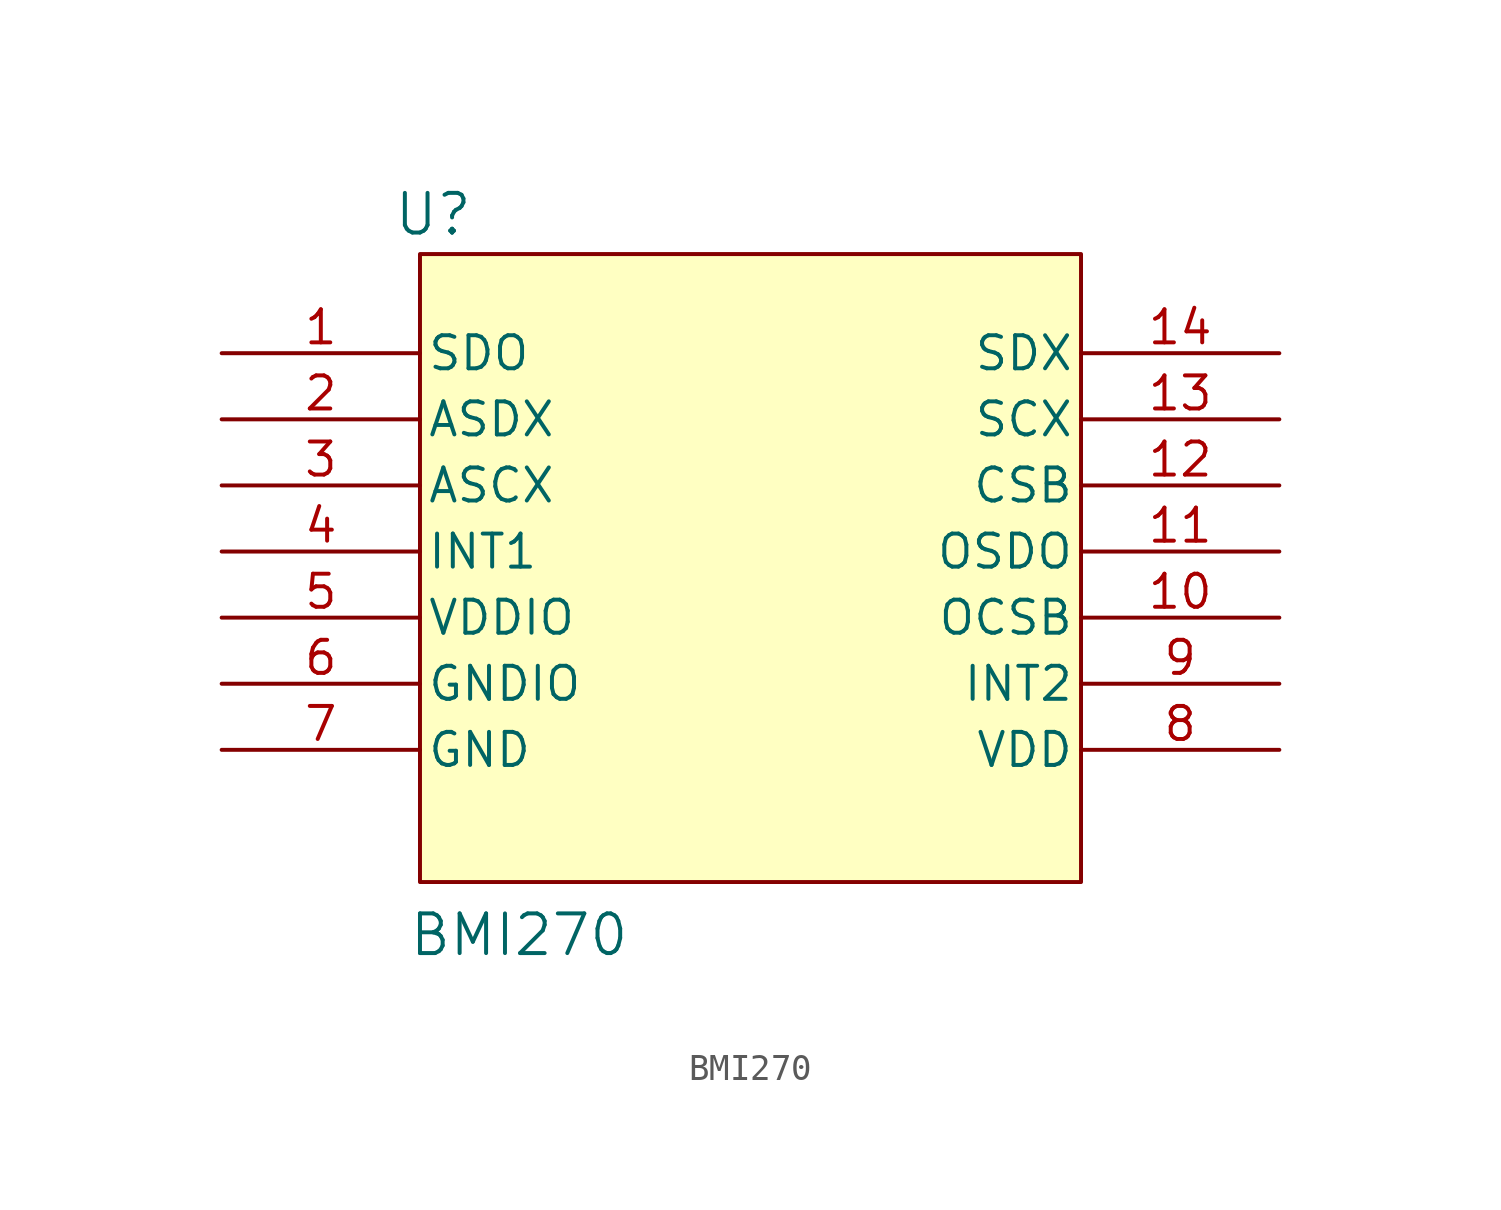
<source format=kicad_sym>
(kicad_symbol_lib
  (version 20231120)
  (generator "kicad_symbol_editor")
  (generator_version "8.0")
  (symbol "BMI270"
    (pin_names
      (offset 0.254))
    (property "Reference" "U"
      (at 0.508 25.654 0)
      (effects (font (size 1.524 1.524))))
    (property "Value" "BMI270"
      (at 3.81 -2.032 0)
      (effects (font (size 1.524 1.524))))
    (property "ki_locked" ""
      (at 0 0 0)
      (effects (font (size 1.27 1.27))))
    (symbol "BMI270_0_1"
      (pin bidirectional line (at -7.62 20.32 0) (length 7.62) (name "SDO" (effects (font (size 1.27 1.27)))) (number "1" (effects (font (size 1.27 1.27)))))
      (pin input line (at 33.02 10.16 180) (length 7.62) (name "OCSB" (effects (font (size 1.27 1.27)))) (number "10" (effects (font (size 1.27 1.27)))))
      (pin output line (at 33.02 12.7 180) (length 7.62) (name "OSDO" (effects (font (size 1.27 1.27)))) (number "11" (effects (font (size 1.27 1.27)))))
      (pin input line (at 33.02 15.24 180) (length 7.62) (name "CSB" (effects (font (size 1.27 1.27)))) (number "12" (effects (font (size 1.27 1.27)))))
      (pin input line (at 33.02 17.78 180) (length 7.62) (name "SCX" (effects (font (size 1.27 1.27)))) (number "13" (effects (font (size 1.27 1.27)))))
      (pin bidirectional line (at 33.02 20.32 180) (length 7.62) (name "SDX" (effects (font (size 1.27 1.27)))) (number "14" (effects (font (size 1.27 1.27)))))
      (pin bidirectional line (at -7.62 17.78 0) (length 7.62) (name "ASDX" (effects (font (size 1.27 1.27)))) (number "2" (effects (font (size 1.27 1.27)))))
      (pin bidirectional line (at -7.62 15.24 0) (length 7.62) (name "ASCX" (effects (font (size 1.27 1.27)))) (number "3" (effects (font (size 1.27 1.27)))))
      (pin bidirectional line (at -7.62 12.7 0) (length 7.62) (name "INT1" (effects (font (size 1.27 1.27)))) (number "4" (effects (font (size 1.27 1.27)))))
      (pin power_in line (at -7.62 10.16 0) (length 7.62) (name "VDDIO" (effects (font (size 1.27 1.27)))) (number "5" (effects (font (size 1.27 1.27)))))
      (pin power_out line (at -7.62 7.62 0) (length 7.62) (name "GNDIO" (effects (font (size 1.27 1.27)))) (number "6" (effects (font (size 1.27 1.27)))))
      (pin power_out line (at -7.62 5.08 0) (length 7.62) (name "GND" (effects (font (size 1.27 1.27)))) (number "7" (effects (font (size 1.27 1.27)))))
      (pin power_in line (at 33.02 5.08 180) (length 7.62) (name "VDD" (effects (font (size 1.27 1.27)))) (number "8" (effects (font (size 1.27 1.27)))))
      (pin bidirectional line (at 33.02 7.62 180) (length 7.62) (name "INT2" (effects (font (size 1.27 1.27)))) (number "9" (effects (font (size 1.27 1.27))))))
    (symbol "BMI270_1_1"
      (rectangle (start 0 24.13) (end 25.4 0) (stroke (width 0) (type default)) (fill (type background))))))
</source>
